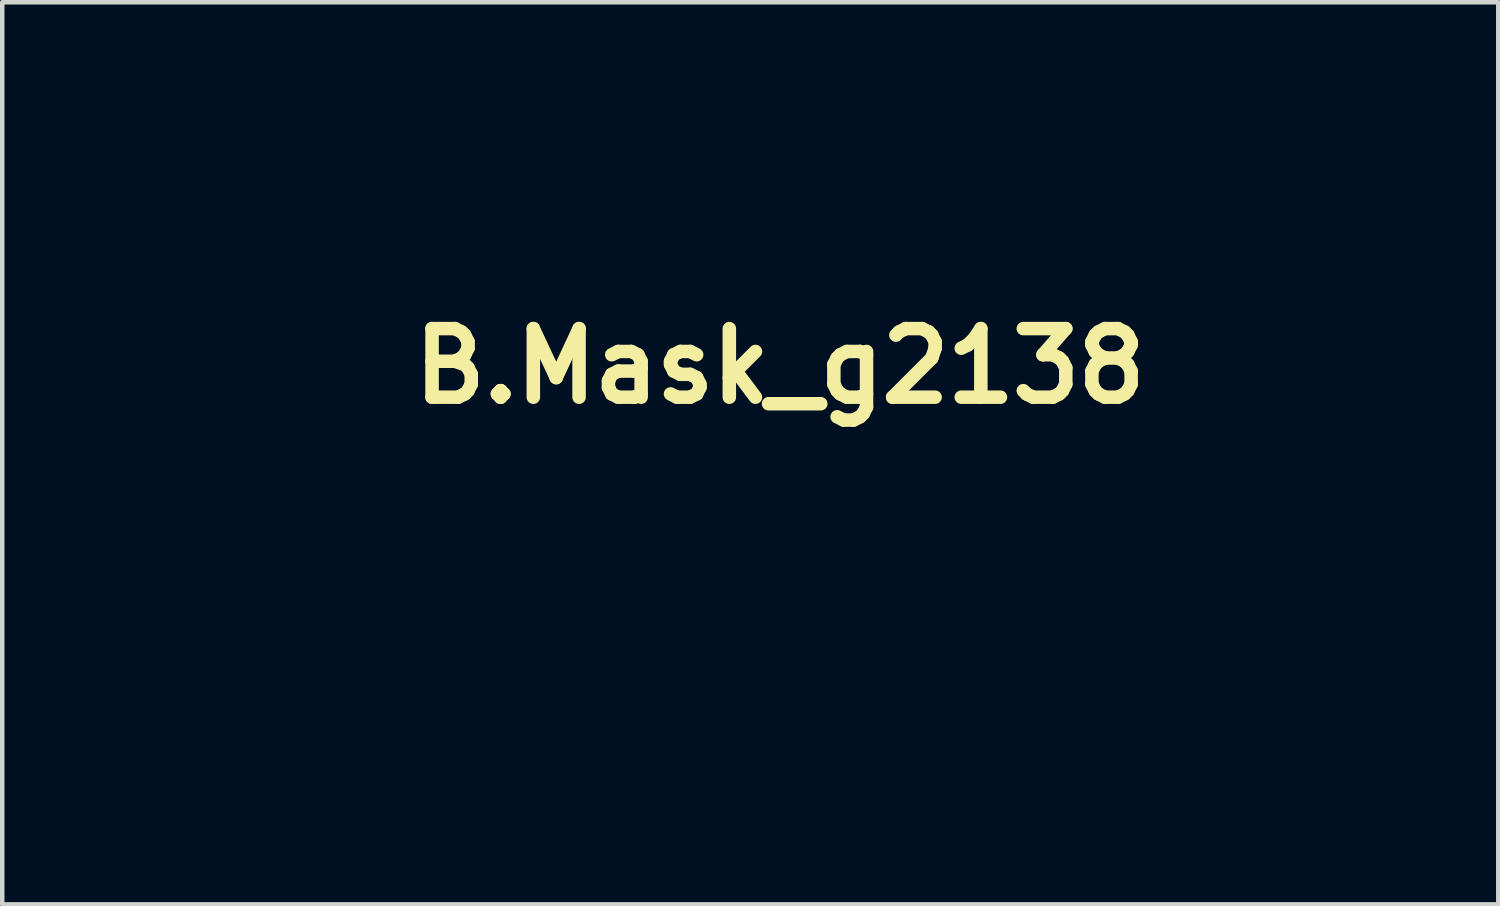
<source format=kicad_pcb>
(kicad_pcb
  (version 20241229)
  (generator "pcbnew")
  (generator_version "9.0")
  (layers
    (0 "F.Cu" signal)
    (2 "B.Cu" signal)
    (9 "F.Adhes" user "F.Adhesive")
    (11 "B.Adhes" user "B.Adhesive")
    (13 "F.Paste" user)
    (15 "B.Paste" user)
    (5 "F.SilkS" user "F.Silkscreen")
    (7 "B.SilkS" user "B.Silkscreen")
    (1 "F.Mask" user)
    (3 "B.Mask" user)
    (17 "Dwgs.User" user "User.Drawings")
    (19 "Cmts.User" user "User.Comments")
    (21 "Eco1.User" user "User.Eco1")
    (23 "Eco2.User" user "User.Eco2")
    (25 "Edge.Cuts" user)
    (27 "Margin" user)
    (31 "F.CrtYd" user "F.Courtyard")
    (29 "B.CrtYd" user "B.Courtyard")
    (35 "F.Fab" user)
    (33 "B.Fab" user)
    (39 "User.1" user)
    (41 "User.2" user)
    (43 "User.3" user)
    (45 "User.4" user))
  (footprint "B.Mask_g2138"
    (layer "F.Cu")
    (at 14.278 5.085)
    (property "Reference" "B.Mask_g2138" (at 0 0 0) (layer "F.SilkS") (effects (font (size 1.524 1.524) (thickness 0.3))))
    (attr through_hole)
    (fp_poly (pts (xy -13.916 -5.067) (xy -13.856 -5.03) (xy -13.779 -4.976) (xy -13.692 -4.908) (xy -13.601 -4.833) (xy -13.513 -4.756) (xy -13.489 -4.733) (xy -13.431 -4.676) (xy -13.35 -4.593) (xy -13.25 -4.488) (xy -13.135 -4.367) (xy -13.012 -4.235) (xy -12.885 -4.096) (xy -12.787 -3.99) (xy -12.524 -3.701) (xy -12.282 -3.442) (xy -12.059 -3.207) (xy -11.849 -2.993) (xy -11.649 -2.795) (xy -11.455 -2.61) (xy -11.262 -2.433) (xy -11.066 -2.26) (xy -10.862 -2.087) (xy -10.795 -2.031) (xy -10.344 -1.664) (xy -9.864 -1.289) (xy -9.364 -0.912) (xy -8.854 -0.54) (xy -8.341 -0.179) (xy -7.837 0.164) (xy -7.35 0.482) (xy -7.303 0.512) (xy -6.963 0.726) (xy -6.649 0.919) (xy -6.354 1.095) (xy -6.069 1.259) (xy -5.788 1.416) (xy -5.502 1.568) (xy -5.204 1.722) (xy -4.886 1.881) (xy -4.815 1.915) (xy -4.117 2.258) (xy -2.572 2.736) (xy -1.027 3.215) (xy -0.318 3.239) (xy -0.136 3.245) (xy 0.044 3.249) (xy 0.213 3.252) (xy 0.366 3.253) (xy 0.495 3.253) (xy 0.591 3.251) (xy 0.624 3.25) (xy 1.144 3.205) (xy 1.636 3.132) (xy 2.107 3.03) (xy 2.563 2.895) (xy 3.009 2.727) (xy 3.451 2.524) (xy 3.895 2.283) (xy 4.21 2.091) (xy 4.372 1.985) (xy 4.561 1.856) (xy 4.776 1.706) (xy 5.01 1.539) (xy 5.26 1.357) (xy 5.522 1.164) (xy 5.792 0.963) (xy 6.065 0.757) (xy 6.338 0.549) (xy 6.605 0.343) (xy 6.864 0.141) (xy 7.11 -0.053) (xy 7.338 -0.236) (xy 7.545 -0.406) (xy 7.726 -0.558) (xy 7.835 -0.652) (xy 7.922 -0.731) (xy 8.031 -0.834) (xy 8.155 -0.954) (xy 8.288 -1.085) (xy 8.422 -1.219) (xy 8.55 -1.35) (xy 8.551 -1.351) (xy 8.682 -1.487) (xy 8.791 -1.597) (xy 8.886 -1.69) (xy 8.972 -1.77) (xy 9.057 -1.845) (xy 9.148 -1.919) (xy 9.253 -2.001) (xy 9.378 -2.095) (xy 9.507 -2.191) (xy 10.015 -2.567) (xy 10.319 -2.637) (xy 10.443 -2.666) (xy 10.552 -2.692) (xy 10.654 -2.719) (xy 10.758 -2.747) (xy 10.872 -2.78) (xy 11.004 -2.82) (xy 11.161 -2.87) (xy 11.303 -2.914) (xy 11.481 -2.972) (xy 11.627 -3.022) (xy 11.75 -3.07) (xy 11.857 -3.118) (xy 11.958 -3.171) (xy 12.062 -3.232) (xy 12.177 -3.306) (xy 12.177 -3.307) (xy 12.273 -3.369) (xy 12.342 -3.41) (xy 12.39 -3.434) (xy 12.424 -3.443) (xy 12.452 -3.441) (xy 12.462 -3.438) (xy 12.521 -3.401) (xy 12.589 -3.331) (xy 12.661 -3.236) (xy 12.734 -3.123) (xy 12.802 -3) (xy 12.862 -2.874) (xy 12.907 -2.752) (xy 12.922 -2.7) (xy 12.942 -2.585) (xy 12.952 -2.436) (xy 12.954 -2.258) (xy 12.948 -2.059) (xy 12.935 -1.844) (xy 12.914 -1.621) (xy 12.886 -1.394) (xy 12.852 -1.172) (xy 12.827 -1.037) (xy 12.725 -0.603) (xy 12.592 -0.184) (xy 12.426 0.231) (xy 12.258 0.582) (xy 12.186 0.72) (xy 12.116 0.846) (xy 12.046 0.966) (xy 11.972 1.082) (xy 11.891 1.2) (xy 11.799 1.325) (xy 11.694 1.459) (xy 11.573 1.609) (xy 11.432 1.777) (xy 11.267 1.97) (xy 11.131 2.127) (xy 10.927 2.36) (xy 10.744 2.566) (xy 10.576 2.751) (xy 10.416 2.92) (xy 10.26 3.078) (xy 10.102 3.232) (xy 9.935 3.386) (xy 9.756 3.547) (xy 9.557 3.719) (xy 9.333 3.908) (xy 9.192 4.026) (xy 8.832 4.313) (xy 8.436 4.603) (xy 8.01 4.891) (xy 7.561 5.175) (xy 7.095 5.451) (xy 6.619 5.715) (xy 6.138 5.962) (xy 5.658 6.19) (xy 5.493 6.264) (xy 5.22 6.385) (xy 4.963 6.501) (xy 4.713 6.616) (xy 4.462 6.733) (xy 4.201 6.857) (xy 3.923 6.991) (xy 3.619 7.14) (xy 3.482 7.207) (xy 3.166 7.363) (xy 2.885 7.501) (xy 2.634 7.624) (xy 2.411 7.734) (xy 2.212 7.831) (xy 2.033 7.918) (xy 1.87 7.996) (xy 1.721 8.068) (xy 1.581 8.134) (xy 1.448 8.197) (xy 1.317 8.258) (xy 1.185 8.319) (xy 1.154 8.334) (xy 0.982 8.413) (xy 0.806 8.493) (xy 0.63 8.573) (xy 0.458 8.651) (xy 0.295 8.725) (xy 0.146 8.792) (xy 0.015 8.85) (xy -0.092 8.897) (xy -0.171 8.931) (xy -0.217 8.951) (xy -0.222 8.952) (xy -0.27 8.951) (xy -0.352 8.926) (xy -0.445 8.888) (xy -0.505 8.862) (xy -0.599 8.82) (xy -0.72 8.767) (xy -0.864 8.705) (xy -1.024 8.635) (xy -1.194 8.561) (xy -1.37 8.484) (xy -1.376 8.481) (xy -1.73 8.327) (xy -2.051 8.186) (xy -2.345 8.057) (xy -2.615 7.937) (xy -2.869 7.824) (xy -3.112 7.714) (xy -3.348 7.607) (xy -3.585 7.498) (xy -3.827 7.387) (xy -4.064 7.276) (xy -4.475 7.084) (xy -4.849 6.91) (xy -5.19 6.751) (xy -5.499 6.607) (xy -5.778 6.478) (xy -6.029 6.362) (xy -6.256 6.257) (xy -6.459 6.164) (xy -6.641 6.081) (xy -6.804 6.007) (xy -6.95 5.942) (xy -7.082 5.883) (xy -7.201 5.831) (xy -7.31 5.784) (xy -7.412 5.741) (xy -7.507 5.701) (xy -7.598 5.664) (xy -7.631 5.651) (xy -7.953 5.521) (xy -8.238 5.404) (xy -8.489 5.298) (xy -8.711 5.202) (xy -8.905 5.115) (xy -9.074 5.034) (xy -9.223 4.96) (xy -9.353 4.89) (xy -9.469 4.822) (xy -9.557 4.767) (xy -9.632 4.714) (xy -9.722 4.642) (xy -9.831 4.549) (xy -9.96 4.433) (xy -10.114 4.29) (xy -10.29 4.123) (xy -10.463 3.957) (xy -10.61 3.815) (xy -10.736 3.691) (xy -10.846 3.58) (xy -10.945 3.477) (xy -11.039 3.376) (xy -11.132 3.272) (xy -11.229 3.16) (xy -11.336 3.035) (xy -11.403 2.955) (xy -11.871 2.369) (xy -12.309 1.761) (xy -12.718 1.129) (xy -13.103 0.467) (xy -13.321 0.058) (xy -13.508 -0.313) (xy -13.672 -0.658) (xy -13.815 -0.985) (xy -13.942 -1.3) (xy -14.055 -1.612) (xy -14.157 -1.927) (xy -14.182 -2.009) (xy -14.273 -2.314) (xy -14.131 -3.649) (xy -14.101 -3.929) (xy -14.076 -4.17) (xy -14.054 -4.375) (xy -14.035 -4.546) (xy -14.02 -4.687) (xy -14.007 -4.801) (xy -13.996 -4.891) (xy -13.987 -4.958) (xy -13.98 -5.008) (xy -13.973 -5.042) (xy -13.968 -5.063) (xy -13.963 -5.074) (xy -13.957 -5.079) (xy -13.952 -5.08) (xy -13.951 -5.08) (xy -13.916 -5.067)) (stroke (width 0.01) (type solid)) (fill yes) (layer "B.Mask")))
  (gr_rect
    (start -3 -3)
    (end 30.237 17.042)
    (stroke (width 0.1) (type default))
    (fill no)
    (layer "Edge.Cuts")))
</source>
